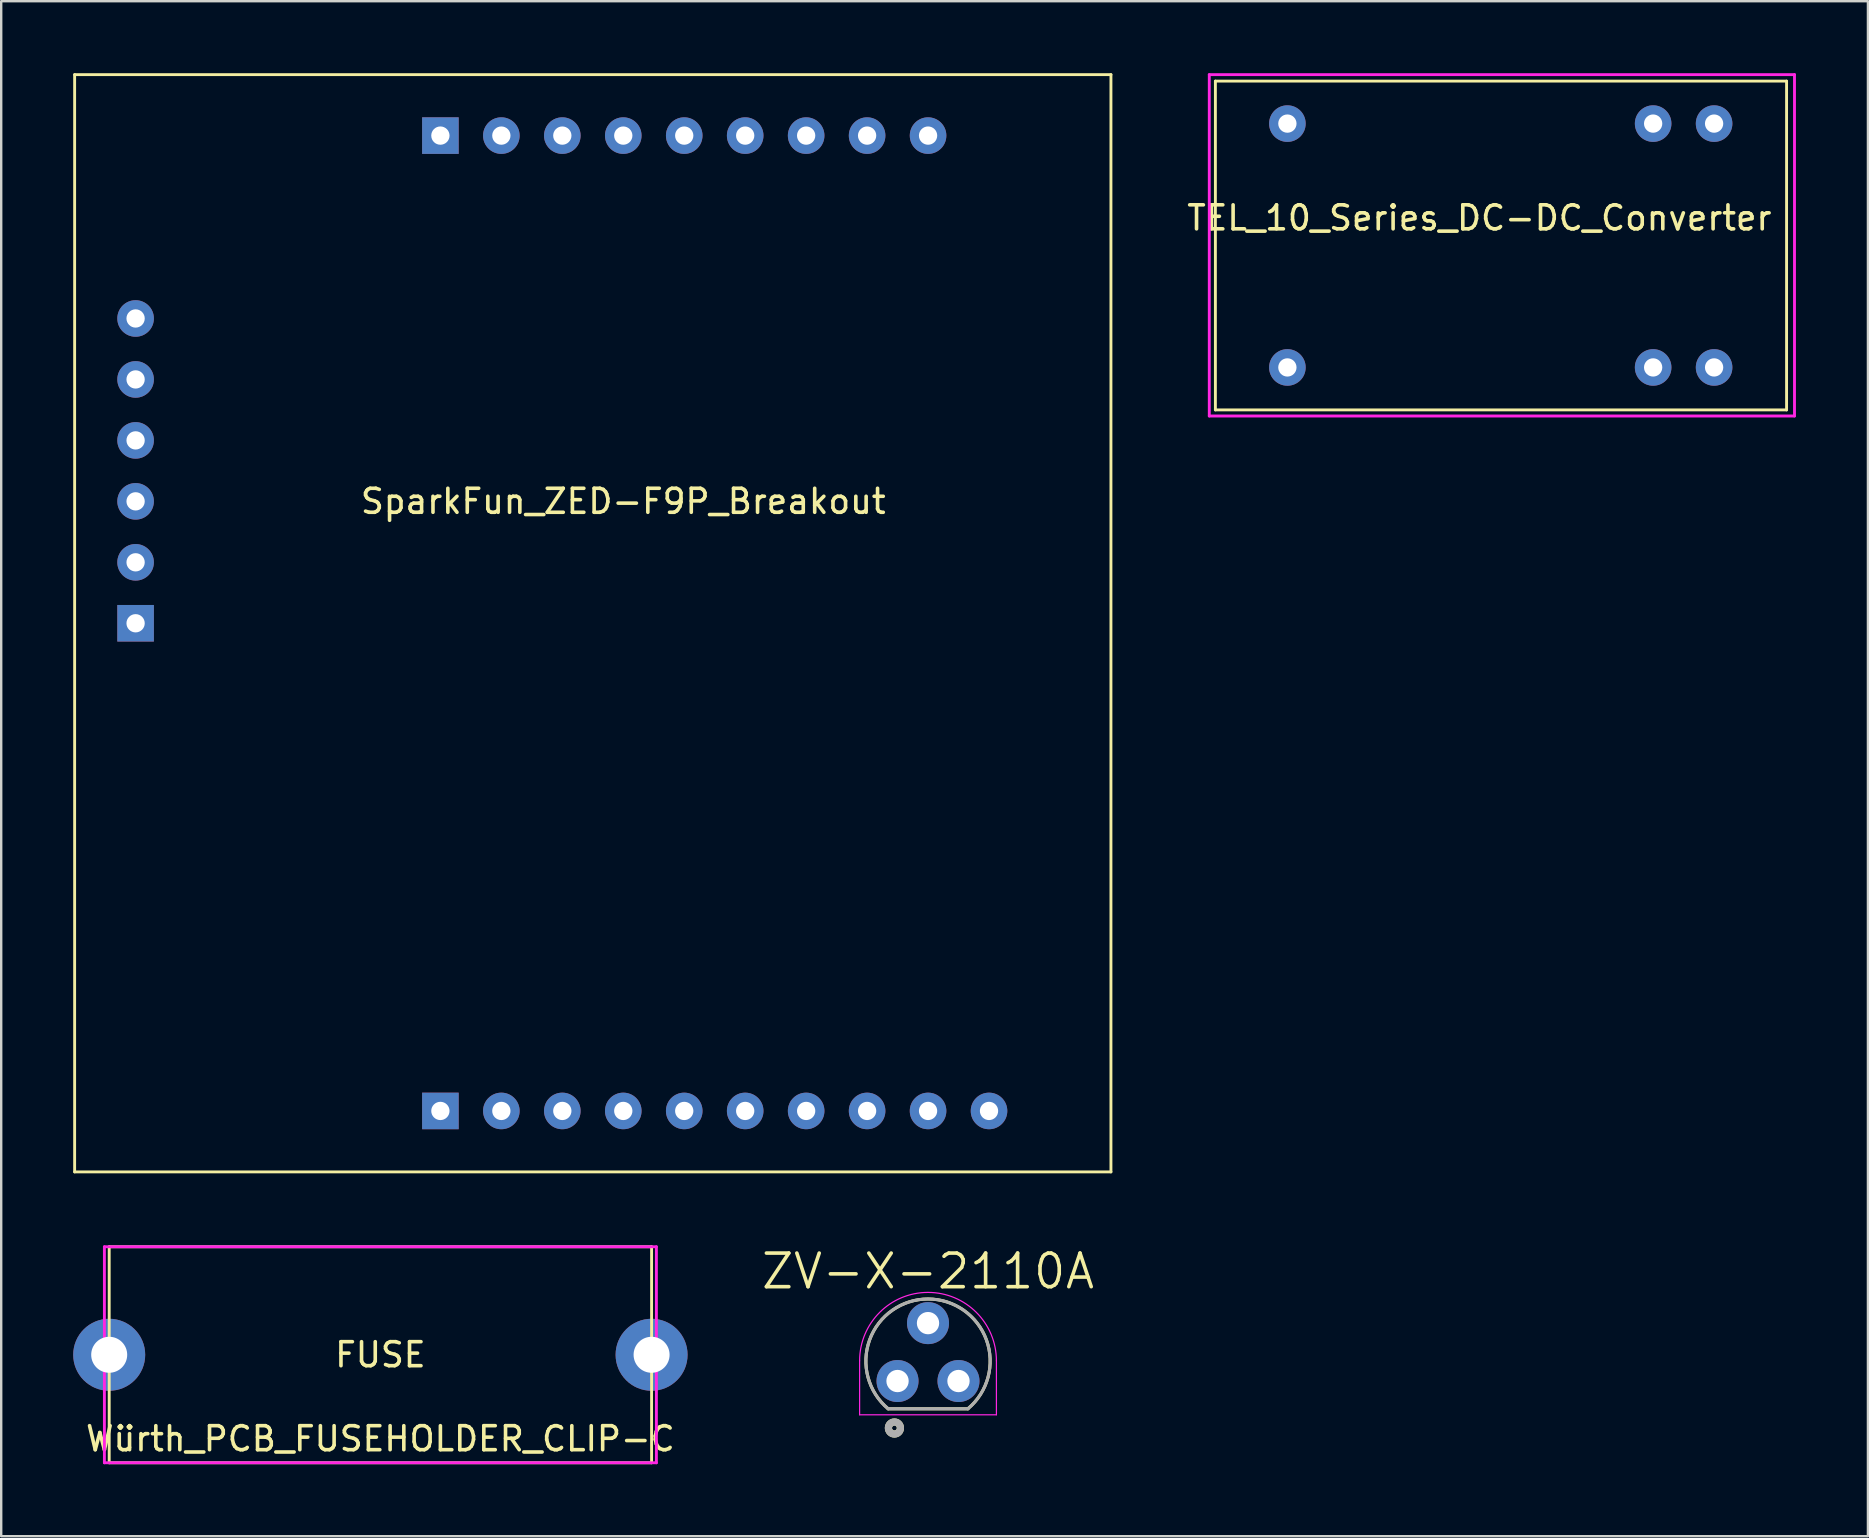
<source format=kicad_pcb>
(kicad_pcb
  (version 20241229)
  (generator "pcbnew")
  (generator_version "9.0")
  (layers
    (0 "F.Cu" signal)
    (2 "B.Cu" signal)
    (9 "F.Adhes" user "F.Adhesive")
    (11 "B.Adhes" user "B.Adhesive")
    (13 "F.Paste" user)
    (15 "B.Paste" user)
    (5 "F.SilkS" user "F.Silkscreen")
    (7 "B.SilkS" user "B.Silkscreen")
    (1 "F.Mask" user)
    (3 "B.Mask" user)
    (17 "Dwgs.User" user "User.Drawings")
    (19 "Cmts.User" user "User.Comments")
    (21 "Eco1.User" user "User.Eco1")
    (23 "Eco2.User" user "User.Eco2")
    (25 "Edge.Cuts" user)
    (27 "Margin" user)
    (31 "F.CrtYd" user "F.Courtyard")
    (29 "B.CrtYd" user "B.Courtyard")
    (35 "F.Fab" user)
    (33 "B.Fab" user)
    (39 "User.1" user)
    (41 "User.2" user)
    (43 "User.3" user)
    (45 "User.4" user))
  (footprint "SparkFun_ZED-F9P_Breakout"
    (layer "F.Cu")
    (at 2.6 43.24)
    (property "Reference" "SparkFun_ZED-F9P_Breakout" (at 20.32 -25.4 0) (layer "F.SilkS") (effects (font (size 1 1) (thickness 0.15))))
    (attr through_hole)
    (fp_line (start -2.54 -43.18) (end -2.54 2.54) (stroke (width 0.12) (type solid)) (layer "F.SilkS"))
    (fp_line (start -2.54 2.54) (end 40.64 2.54) (stroke (width 0.12) (type solid)) (layer "F.SilkS"))
    (fp_line (start 40.64 -43.18) (end -2.54 -43.18) (stroke (width 0.12) (type solid)) (layer "F.SilkS"))
    (fp_line (start 40.64 2.54) (end 40.64 -43.18) (stroke (width 0.12) (type solid)) (layer "F.SilkS"))
    (pad "1" thru_hole rect (at 12.7 0) (size 1.524 1.524) (drill 0.762) (layers "*.Cu" "*.Mask"))
    (pad "2" thru_hole circle (at 15.24 0) (size 1.524 1.524) (drill 0.762) (layers "*.Cu" "*.Mask"))
    (pad "3" thru_hole circle (at 17.78 0) (size 1.524 1.524) (drill 0.762) (layers "*.Cu" "*.Mask"))
    (pad "4" thru_hole circle (at 20.32 0) (size 1.524 1.524) (drill 0.762) (layers "*.Cu" "*.Mask"))
    (pad "5" thru_hole circle (at 22.86 0) (size 1.524 1.524) (drill 0.762) (layers "*.Cu" "*.Mask"))
    (pad "6" thru_hole circle (at 25.4 0) (size 1.524 1.524) (drill 0.762) (layers "*.Cu" "*.Mask"))
    (pad "7" thru_hole circle (at 27.94 0) (size 1.524 1.524) (drill 0.762) (layers "*.Cu" "*.Mask"))
    (pad "8" thru_hole circle (at 30.48 0) (size 1.524 1.524) (drill 0.762) (layers "*.Cu" "*.Mask"))
    (pad "9" thru_hole circle (at 33.02 0) (size 1.524 1.524) (drill 0.762) (layers "*.Cu" "*.Mask"))
    (pad "10" thru_hole circle (at 35.56 0) (size 1.524 1.524) (drill 0.762) (layers "*.Cu" "*.Mask"))
    (pad "11" thru_hole rect (at 12.7 -40.64) (size 1.524 1.524) (drill 0.762) (layers "*.Cu" "*.Mask"))
    (pad "12" thru_hole circle (at 15.24 -40.64) (size 1.524 1.524) (drill 0.762) (layers "*.Cu" "*.Mask"))
    (pad "13" thru_hole circle (at 17.78 -40.64) (size 1.524 1.524) (drill 0.762) (layers "*.Cu" "*.Mask"))
    (pad "14" thru_hole circle (at 20.32 -40.64) (size 1.524 1.524) (drill 0.762) (layers "*.Cu" "*.Mask"))
    (pad "15" thru_hole circle (at 22.86 -40.64) (size 1.524 1.524) (drill 0.762) (layers "*.Cu" "*.Mask"))
    (pad "16" thru_hole circle (at 25.4 -40.64) (size 1.524 1.524) (drill 0.762) (layers "*.Cu" "*.Mask"))
    (pad "17" thru_hole circle (at 27.94 -40.64) (size 1.524 1.524) (drill 0.762) (layers "*.Cu" "*.Mask"))
    (pad "18" thru_hole circle (at 30.48 -40.64) (size 1.524 1.524) (drill 0.762) (layers "*.Cu" "*.Mask"))
    (pad "19" thru_hole circle (at 33.02 -40.64) (size 1.524 1.524) (drill 0.762) (layers "*.Cu" "*.Mask"))
    (pad "21" thru_hole circle (at 0 -33.02) (size 1.524 1.524) (drill 0.762) (layers "*.Cu" "*.Mask"))
    (pad "22" thru_hole circle (at 0 -30.48) (size 1.524 1.524) (drill 0.762) (layers "*.Cu" "*.Mask"))
    (pad "23" thru_hole circle (at 0 -27.94) (size 1.524 1.524) (drill 0.762) (layers "*.Cu" "*.Mask"))
    (pad "24" thru_hole circle (at 0 -25.4) (size 1.524 1.524) (drill 0.762) (layers "*.Cu" "*.Mask"))
    (pad "25" thru_hole circle (at 0 -22.86) (size 1.524 1.524) (drill 0.762) (layers "*.Cu" "*.Mask"))
    (pad "26" thru_hole rect (at 0 -20.32) (size 1.524 1.524) (drill 0.762) (layers "*.Cu" "*.Mask")))
  (footprint "TEL_10_Series_DC-DC_Converter"
    (layer "F.Cu")
    (at 47.592 14.03)
    (property "Reference" "TEL_10_Series_DC-DC_Converter" (at 11 -8 0) (layer "F.SilkS") (effects (font (size 1 1) (thickness 0.15))))
    (attr through_hole)
    (fp_line (start 0 -13.7) (end 0 0) (stroke (width 0.12) (type solid)) (layer "F.SilkS"))
    (fp_line (start 0 0) (end 23.8 0) (stroke (width 0.12) (type solid)) (layer "F.SilkS"))
    (fp_line (start 23.8 -13.7) (end 0 -13.7) (stroke (width 0.12) (type solid)) (layer "F.SilkS"))
    (fp_line (start 23.8 0) (end 23.8 -13.7) (stroke (width 0.12) (type solid)) (layer "F.SilkS"))
    (fp_line (start -0.254 -13.97) (end -0.254 0.254) (stroke (width 0.12) (type solid)) (layer "F.CrtYd"))
    (fp_line (start -0.254 0.254) (end 24.13 0.254) (stroke (width 0.12) (type solid)) (layer "F.CrtYd"))
    (fp_line (start 24.13 -13.97) (end -0.254 -13.97) (stroke (width 0.12) (type solid)) (layer "F.CrtYd"))
    (fp_line (start 24.13 0.254) (end 24.13 -13.97) (stroke (width 0.12) (type solid)) (layer "F.CrtYd"))
    (pad "1" thru_hole circle (at 3 -1.77) (size 1.524 1.524) (drill 0.762) (layers "*.Cu" "*.Mask"))
    (pad "7" thru_hole circle (at 18.24 -1.77) (size 1.524 1.524) (drill 0.762) (layers "*.Cu" "*.Mask"))
    (pad "8" thru_hole circle (at 20.78 -1.77) (size 1.524 1.524) (drill 0.762) (layers "*.Cu" "*.Mask"))
    (pad "9" thru_hole circle (at 20.78 -11.93) (size 1.524 1.524) (drill 0.762) (layers "*.Cu" "*.Mask"))
    (pad "10" thru_hole circle (at 18.24 -11.93) (size 1.524 1.524) (drill 0.762) (layers "*.Cu" "*.Mask"))
    (pad "16" thru_hole circle (at 3 -11.93) (size 1.524 1.524) (drill 0.762) (layers "*.Cu" "*.Mask")))
  (footprint "ZV-X-2110A"
    (layer "F.Cu")
    (at 35.618 53.859)
    (property "Reference" "ZV-X-2110A" (at 0 -3.937 0) (layer "F.SilkS") (effects (font (size 1.4 1.4) (thickness 0.15))))
    (attr through_hole)
    (fp_line (start -1.661 1.792) (end 1.661 1.792) (stroke (width 0.127) (type solid)) (layer "F.SilkS"))
    (fp_arc (start -1.661 1.792) (mid 0 -2.783981) (end 1.661 1.792) (stroke (width 0.127) (type solid)) (layer "F.SilkS"))
    (fp_circle (center -1.4 2.592) (end -1.3 2.592) (stroke (width 0.3) (type solid)) (fill no) (layer "F.SilkS"))
    (fp_line (start -2.85 2.042) (end -2.85 -0.208) (stroke (width 0.05) (type solid)) (layer "F.CrtYd"))
    (fp_line (start -2.85 2.042) (end 2.85 2.042) (stroke (width 0.05) (type solid)) (layer "F.CrtYd"))
    (fp_line (start 2.85 2.042) (end 2.85 -0.208) (stroke (width 0.05) (type solid)) (layer "F.CrtYd"))
    (fp_arc (start -2.85 -0.208) (mid 0 -3.058) (end 2.85 -0.208) (stroke (width 0.05) (type solid)) (layer "F.CrtYd"))
    (fp_line (start -1.661 1.792) (end 1.661 1.792) (stroke (width 0.127) (type solid)) (layer "F.Fab"))
    (fp_arc (start -1.661 1.792) (mid 0 -2.783981) (end 1.661 1.792) (stroke (width 0.127) (type solid)) (layer "F.Fab"))
    (fp_circle (center -1.4 2.592) (end -1.3 2.592) (stroke (width 0.3) (type solid)) (fill no) (layer "F.Fab"))
    (pad "1" thru_hole circle (at 0 -1.778) (size 1.75 1.75) (drill 0.93) (layers "*.Cu" "*.Mask"))
    (pad "2" thru_hole circle (at -1.27 0.635) (size 1.75 1.75) (drill 0.93) (layers "*.Cu" "*.Mask"))
    (pad "3" thru_hole circle (at 1.27 0.635) (size 1.75 1.75) (drill 0.93) (layers "*.Cu" "*.Mask")))
  (footprint "Würth_PCB_FUSEHOLDER_CLIP-C"
    (layer "F.Cu")
    (at 12.8 53.4)
    (property "Reference" "Würth_PCB_FUSEHOLDER_CLIP-C" (at 0 3.5 0) (layer "F.SilkS") (effects (font (size 1 1) (thickness 0.15))))
    (attr through_hole)
    (fp_line (start -11.3 -4.5) (end 11.3 -4.5) (stroke (width 0.12) (type solid)) (layer "F.SilkS"))
    (fp_line (start -11.3 4.5) (end -11.3 -4.5) (stroke (width 0.12) (type solid)) (layer "F.SilkS"))
    (fp_line (start 11.3 4.5) (end -11.3 4.5) (stroke (width 0.12) (type solid)) (layer "F.SilkS"))
    (fp_line (start 11.3 4.5) (end 11.3 -4.5) (stroke (width 0.12) (type solid)) (layer "F.SilkS"))
    (fp_line (start -11.5 -4.5) (end 11.5 -4.5) (stroke (width 0.12) (type solid)) (layer "F.CrtYd"))
    (fp_line (start -11.5 4.5) (end -11.5 -4.5) (stroke (width 0.12) (type solid)) (layer "F.CrtYd"))
    (fp_line (start 11.5 -4.5) (end 11.5 0) (stroke (width 0.12) (type solid)) (layer "F.CrtYd"))
    (fp_line (start 11.5 0) (end 11.5 4.5) (stroke (width 0.12) (type solid)) (layer "F.CrtYd"))
    (fp_line (start 11.5 4.5) (end -11.5 4.5) (stroke (width 0.12) (type solid)) (layer "F.CrtYd"))
    (fp_text user "FUSE" (at 0 0 0) (layer "F.SilkS") (effects (font (size 1 1) (thickness 0.15))))
    (pad "1" thru_hole circle (at -11.3 0) (size 3 3) (drill 1.5) (layers "*.Cu" "*.Mask"))
    (pad "2" thru_hole circle (at 11.3 0) (size 3 3) (drill 1.5) (layers "*.Cu" "*.Mask")))
  (gr_rect
    (start -3 -3)
    (end 74.782 60.96)
    (stroke (width 0.1) (type default))
    (fill no)
    (layer "Edge.Cuts")))
</source>
